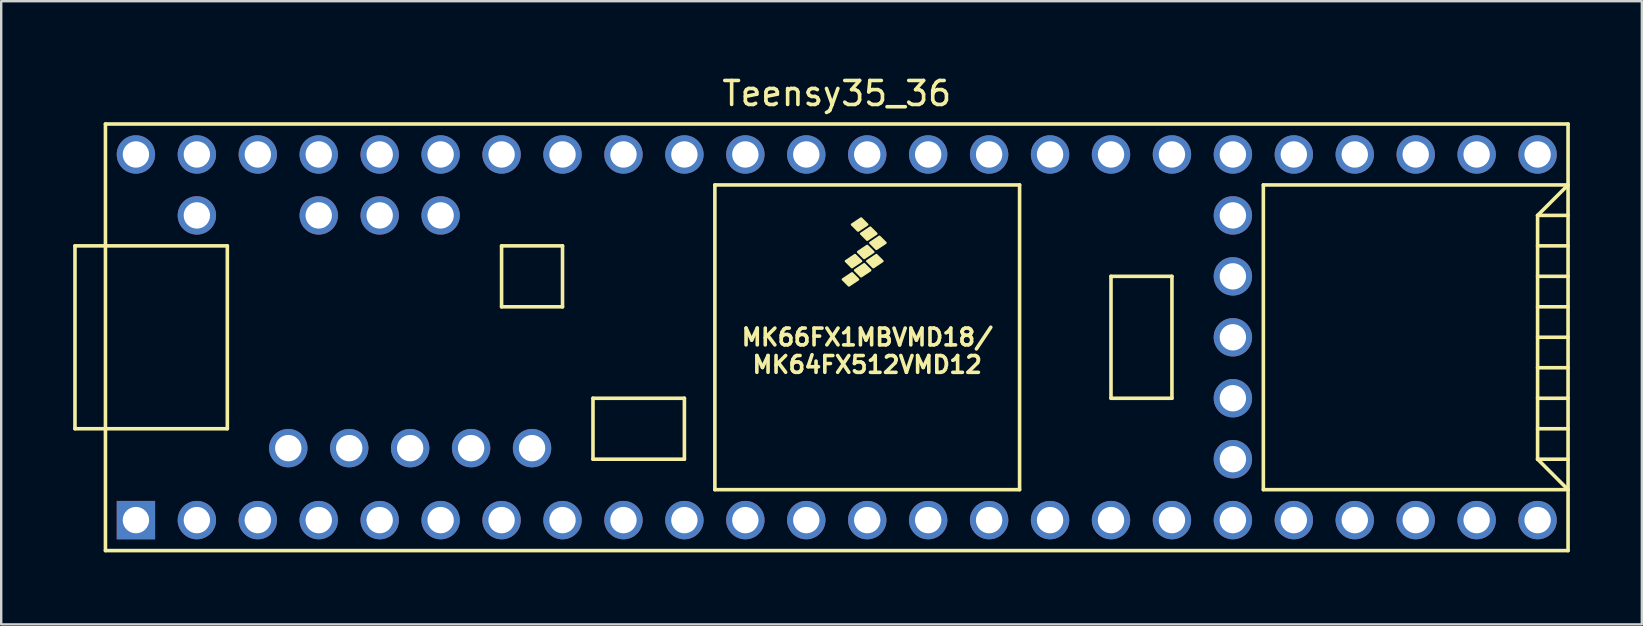
<source format=kicad_pcb>
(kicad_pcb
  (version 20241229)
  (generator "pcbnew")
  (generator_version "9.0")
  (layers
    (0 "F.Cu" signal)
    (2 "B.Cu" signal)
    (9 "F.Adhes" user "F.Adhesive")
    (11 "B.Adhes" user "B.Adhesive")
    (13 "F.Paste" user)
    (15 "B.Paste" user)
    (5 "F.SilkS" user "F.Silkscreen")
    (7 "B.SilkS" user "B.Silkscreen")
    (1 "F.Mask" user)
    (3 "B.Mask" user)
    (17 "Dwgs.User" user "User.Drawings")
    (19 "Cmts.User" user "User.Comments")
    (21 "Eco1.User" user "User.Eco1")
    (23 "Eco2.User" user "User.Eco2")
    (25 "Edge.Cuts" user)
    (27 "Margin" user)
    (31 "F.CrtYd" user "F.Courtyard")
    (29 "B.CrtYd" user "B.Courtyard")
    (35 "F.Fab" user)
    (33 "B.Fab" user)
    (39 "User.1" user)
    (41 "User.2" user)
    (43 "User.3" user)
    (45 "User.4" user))
  (footprint "Teensy35_36"
    (layer "F.Cu")
    (at 31.825 11.008)
    (property "Reference" "Teensy35_36" (at 0 -10.16 0) (layer "F.SilkS") (effects (font (size 1 1) (thickness 0.15))))
    (attr through_hole)
    (fp_line (start -31.75 -3.81) (end -30.48 -3.81) (stroke (width 0.15) (type solid)) (layer "F.SilkS"))
    (fp_line (start -31.75 3.81) (end -31.75 -3.81) (stroke (width 0.15) (type solid)) (layer "F.SilkS"))
    (fp_line (start -30.48 3.81) (end -31.75 3.81) (stroke (width 0.15) (type solid)) (layer "F.SilkS"))
    (fp_line (start -30.48 8.89) (end -30.48 -8.89) (stroke (width 0.15) (type solid)) (layer "F.SilkS"))
    (fp_line (start -30.48 8.89) (end 30.48 8.89) (stroke (width 0.15) (type solid)) (layer "F.SilkS"))
    (fp_line (start -25.4 -3.81) (end -30.48 -3.81) (stroke (width 0.15) (type solid)) (layer "F.SilkS"))
    (fp_line (start -25.4 3.81) (end -30.48 3.81) (stroke (width 0.15) (type solid)) (layer "F.SilkS"))
    (fp_line (start -25.4 3.81) (end -25.4 -3.81) (stroke (width 0.15) (type solid)) (layer "F.SilkS"))
    (fp_line (start -13.97 -3.81) (end -13.97 -1.27) (stroke (width 0.15) (type solid)) (layer "F.SilkS"))
    (fp_line (start -13.97 -1.27) (end -11.43 -1.27) (stroke (width 0.15) (type solid)) (layer "F.SilkS"))
    (fp_line (start -11.43 -3.81) (end -13.97 -3.81) (stroke (width 0.15) (type solid)) (layer "F.SilkS"))
    (fp_line (start -11.43 -1.27) (end -11.43 -3.81) (stroke (width 0.15) (type solid)) (layer "F.SilkS"))
    (fp_line (start -10.16 2.54) (end -6.35 2.54) (stroke (width 0.15) (type solid)) (layer "F.SilkS"))
    (fp_line (start -10.16 5.08) (end -10.16 2.54) (stroke (width 0.15) (type solid)) (layer "F.SilkS"))
    (fp_line (start -6.35 2.54) (end -6.35 5.08) (stroke (width 0.15) (type solid)) (layer "F.SilkS"))
    (fp_line (start -6.35 5.08) (end -10.16 5.08) (stroke (width 0.15) (type solid)) (layer "F.SilkS"))
    (fp_line (start -5.08 -6.35) (end -5.08 6.35) (stroke (width 0.15) (type solid)) (layer "F.SilkS"))
    (fp_line (start -5.08 -6.35) (end 7.62 -6.35) (stroke (width 0.15) (type solid)) (layer "F.SilkS"))
    (fp_line (start -5.08 6.35) (end 7.62 6.35) (stroke (width 0.15) (type solid)) (layer "F.SilkS"))
    (fp_line (start 7.62 6.35) (end 7.62 -6.35) (stroke (width 0.15) (type solid)) (layer "F.SilkS"))
    (fp_line (start 11.43 -2.54) (end 13.97 -2.54) (stroke (width 0.15) (type solid)) (layer "F.SilkS"))
    (fp_line (start 11.43 2.54) (end 11.43 -2.54) (stroke (width 0.15) (type solid)) (layer "F.SilkS"))
    (fp_line (start 13.97 -2.54) (end 13.97 2.54) (stroke (width 0.15) (type solid)) (layer "F.SilkS"))
    (fp_line (start 13.97 2.54) (end 11.43 2.54) (stroke (width 0.15) (type solid)) (layer "F.SilkS"))
    (fp_line (start 17.78 -6.35) (end 17.78 6.35) (stroke (width 0.15) (type solid)) (layer "F.SilkS"))
    (fp_line (start 17.78 6.35) (end 30.48 6.35) (stroke (width 0.15) (type solid)) (layer "F.SilkS"))
    (fp_line (start 29.21 -5.08) (end 30.48 -6.35) (stroke (width 0.15) (type solid)) (layer "F.SilkS"))
    (fp_line (start 29.21 -5.08) (end 30.48 -5.08) (stroke (width 0.15) (type solid)) (layer "F.SilkS"))
    (fp_line (start 29.21 -3.81) (end 30.48 -3.81) (stroke (width 0.15) (type solid)) (layer "F.SilkS"))
    (fp_line (start 29.21 -2.54) (end 30.48 -2.54) (stroke (width 0.15) (type solid)) (layer "F.SilkS"))
    (fp_line (start 29.21 -1.27) (end 30.48 -1.27) (stroke (width 0.15) (type solid)) (layer "F.SilkS"))
    (fp_line (start 29.21 0) (end 30.48 0) (stroke (width 0.15) (type solid)) (layer "F.SilkS"))
    (fp_line (start 29.21 1.27) (end 30.48 1.27) (stroke (width 0.15) (type solid)) (layer "F.SilkS"))
    (fp_line (start 29.21 2.54) (end 30.48 2.54) (stroke (width 0.15) (type solid)) (layer "F.SilkS"))
    (fp_line (start 29.21 3.81) (end 30.48 3.81) (stroke (width 0.15) (type solid)) (layer "F.SilkS"))
    (fp_line (start 29.21 5.08) (end 29.21 -5.08) (stroke (width 0.15) (type solid)) (layer "F.SilkS"))
    (fp_line (start 29.21 5.08) (end 30.48 5.08) (stroke (width 0.15) (type solid)) (layer "F.SilkS"))
    (fp_line (start 30.48 -8.89) (end -30.48 -8.89) (stroke (width 0.15) (type solid)) (layer "F.SilkS"))
    (fp_line (start 30.48 -8.89) (end 30.48 8.89) (stroke (width 0.15) (type solid)) (layer "F.SilkS"))
    (fp_line (start 30.48 -6.35) (end 17.78 -6.35) (stroke (width 0.15) (type solid)) (layer "F.SilkS"))
    (fp_line (start 30.48 6.35) (end 29.21 5.08) (stroke (width 0.15) (type solid)) (layer "F.SilkS"))
    (fp_poly (pts (xy 0.635 -2.667) (xy 0.889 -2.413) (xy 0.508 -2.159) (xy 0.254 -2.413)) (stroke (width 0.1) (type solid)) (fill yes) (layer "F.SilkS"))
    (fp_poly (pts (xy 0.762 -3.429) (xy 1.016 -3.175) (xy 0.635 -2.921) (xy 0.381 -3.175)) (stroke (width 0.1) (type solid)) (fill yes) (layer "F.SilkS"))
    (fp_poly (pts (xy 1.016 -4.953) (xy 1.27 -4.699) (xy 0.889 -4.445) (xy 0.635 -4.699)) (stroke (width 0.1) (type solid)) (fill yes) (layer "F.SilkS"))
    (fp_poly (pts (xy 1.143 -3.048) (xy 1.397 -2.794) (xy 1.016 -2.54) (xy 0.762 -2.794)) (stroke (width 0.1) (type solid)) (fill yes) (layer "F.SilkS"))
    (fp_poly (pts (xy 1.27 -3.81) (xy 1.524 -3.556) (xy 1.143 -3.302) (xy 0.889 -3.556)) (stroke (width 0.1) (type solid)) (fill yes) (layer "F.SilkS"))
    (fp_poly (pts (xy 1.397 -4.572) (xy 1.651 -4.318) (xy 1.27 -4.064) (xy 1.016 -4.318)) (stroke (width 0.1) (type solid)) (fill yes) (layer "F.SilkS"))
    (fp_poly (pts (xy 1.651 -3.429) (xy 1.905 -3.175) (xy 1.524 -2.921) (xy 1.27 -3.175)) (stroke (width 0.1) (type solid)) (fill yes) (layer "F.SilkS"))
    (fp_poly (pts (xy 1.778 -4.191) (xy 2.032 -3.937) (xy 1.651 -3.683) (xy 1.397 -3.937)) (stroke (width 0.1) (type solid)) (fill yes) (layer "F.SilkS"))
    (fp_text user "MK66FX1MBVMD18/" (at 1.27 0 0) (layer "F.SilkS") (effects (font (size 0.7 0.7) (thickness 0.15))))
    (fp_text user "MK64FX512VMD12" (at 1.27 1.143 0) (layer "F.SilkS") (effects (font (size 0.7 0.7) (thickness 0.15))))
    (pad "0" thru_hole circle (at -26.67 7.62) (size 1.6 1.6) (drill 1.1) (layers "*.Cu" "*.Mask"))
    (pad "1" thru_hole circle (at -24.13 7.62) (size 1.6 1.6) (drill 1.1) (layers "*.Cu" "*.Mask"))
    (pad "2" thru_hole circle (at -21.59 7.62) (size 1.6 1.6) (drill 1.1) (layers "*.Cu" "*.Mask"))
    (pad "3" thru_hole circle (at -19.05 7.62) (size 1.6 1.6) (drill 1.1) (layers "*.Cu" "*.Mask"))
    (pad "4" thru_hole circle (at -16.51 7.62) (size 1.6 1.6) (drill 1.1) (layers "*.Cu" "*.Mask"))
    (pad "5" thru_hole circle (at -13.97 7.62) (size 1.6 1.6) (drill 1.1) (layers "*.Cu" "*.Mask"))
    (pad "6" thru_hole circle (at -11.43 7.62) (size 1.6 1.6) (drill 1.1) (layers "*.Cu" "*.Mask"))
    (pad "7" thru_hole circle (at -8.89 7.62) (size 1.6 1.6) (drill 1.1) (layers "*.Cu" "*.Mask"))
    (pad "8" thru_hole circle (at -6.35 7.62) (size 1.6 1.6) (drill 1.1) (layers "*.Cu" "*.Mask"))
    (pad "9" thru_hole circle (at -3.81 7.62) (size 1.6 1.6) (drill 1.1) (layers "*.Cu" "*.Mask"))
    (pad "10" thru_hole circle (at -1.27 7.62) (size 1.6 1.6) (drill 1.1) (layers "*.Cu" "*.Mask"))
    (pad "11" thru_hole circle (at 1.27 7.62) (size 1.6 1.6) (drill 1.1) (layers "*.Cu" "*.Mask"))
    (pad "12" thru_hole circle (at 3.81 7.62) (size 1.6 1.6) (drill 1.1) (layers "*.Cu" "*.Mask"))
    (pad "13" thru_hole circle (at 3.81 -7.62) (size 1.6 1.6) (drill 1.1) (layers "*.Cu" "*.Mask"))
    (pad "14" thru_hole circle (at 1.27 -7.62) (size 1.6 1.6) (drill 1.1) (layers "*.Cu" "*.Mask"))
    (pad "15" thru_hole circle (at -1.27 -7.62) (size 1.6 1.6) (drill 1.1) (layers "*.Cu" "*.Mask"))
    (pad "16" thru_hole circle (at -3.81 -7.62) (size 1.6 1.6) (drill 1.1) (layers "*.Cu" "*.Mask"))
    (pad "17" thru_hole circle (at -6.35 -7.62) (size 1.6 1.6) (drill 1.1) (layers "*.Cu" "*.Mask"))
    (pad "18" thru_hole circle (at -8.89 -7.62) (size 1.6 1.6) (drill 1.1) (layers "*.Cu" "*.Mask"))
    (pad "19" thru_hole circle (at -11.43 -7.62) (size 1.6 1.6) (drill 1.1) (layers "*.Cu" "*.Mask"))
    (pad "20" thru_hole circle (at -13.97 -7.62) (size 1.6 1.6) (drill 1.1) (layers "*.Cu" "*.Mask"))
    (pad "21" thru_hole circle (at -16.51 -7.62) (size 1.6 1.6) (drill 1.1) (layers "*.Cu" "*.Mask"))
    (pad "22" thru_hole circle (at -19.05 -7.62) (size 1.6 1.6) (drill 1.1) (layers "*.Cu" "*.Mask"))
    (pad "23" thru_hole circle (at -21.59 -7.62) (size 1.6 1.6) (drill 1.1) (layers "*.Cu" "*.Mask"))
    (pad "24" thru_hole circle (at 8.89 7.62) (size 1.6 1.6) (drill 1.1) (layers "*.Cu" "*.Mask"))
    (pad "25" thru_hole circle (at 11.43 7.62) (size 1.6 1.6) (drill 1.1) (layers "*.Cu" "*.Mask"))
    (pad "26" thru_hole circle (at 13.97 7.62) (size 1.6 1.6) (drill 1.1) (layers "*.Cu" "*.Mask"))
    (pad "27" thru_hole circle (at 16.51 7.62) (size 1.6 1.6) (drill 1.1) (layers "*.Cu" "*.Mask"))
    (pad "28" thru_hole circle (at 19.05 7.62) (size 1.6 1.6) (drill 1.1) (layers "*.Cu" "*.Mask"))
    (pad "29" thru_hole circle (at 21.59 7.62) (size 1.6 1.6) (drill 1.1) (layers "*.Cu" "*.Mask"))
    (pad "30" thru_hole circle (at 24.13 7.62) (size 1.6 1.6) (drill 1.1) (layers "*.Cu" "*.Mask"))
    (pad "31" thru_hole circle (at 26.67 7.62) (size 1.6 1.6) (drill 1.1) (layers "*.Cu" "*.Mask"))
    (pad "32" thru_hole circle (at 29.21 7.62) (size 1.6 1.6) (drill 1.1) (layers "*.Cu" "*.Mask"))
    (pad "33" thru_hole circle (at 29.21 -7.62) (size 1.6 1.6) (drill 1.1) (layers "*.Cu" "*.Mask"))
    (pad "34" thru_hole circle (at 26.67 -7.62) (size 1.6 1.6) (drill 1.1) (layers "*.Cu" "*.Mask"))
    (pad "35" thru_hole circle (at 24.13 -7.62) (size 1.6 1.6) (drill 1.1) (layers "*.Cu" "*.Mask"))
    (pad "36" thru_hole circle (at 21.59 -7.62) (size 1.6 1.6) (drill 1.1) (layers "*.Cu" "*.Mask"))
    (pad "37" thru_hole circle (at 19.05 -7.62) (size 1.6 1.6) (drill 1.1) (layers "*.Cu" "*.Mask"))
    (pad "38" thru_hole circle (at 16.51 -7.62) (size 1.6 1.6) (drill 1.1) (layers "*.Cu" "*.Mask"))
    (pad "39" thru_hole circle (at 13.97 -7.62) (size 1.6 1.6) (drill 1.1) (layers "*.Cu" "*.Mask"))
    (pad "40" thru_hole rect (at -29.21 7.62) (size 1.6 1.6) (drill 1.1) (layers "*.Cu" "*.Mask"))
    (pad "41" thru_hole circle (at 6.35 7.62) (size 1.6 1.6) (drill 1.1) (layers "*.Cu" "*.Mask"))
    (pad "42" thru_hole circle (at -29.21 -7.62) (size 1.6 1.6) (drill 1.1) (layers "*.Cu" "*.Mask"))
    (pad "43" thru_hole circle (at -26.67 -7.62) (size 1.6 1.6) (drill 1.1) (layers "*.Cu" "*.Mask"))
    (pad "44" thru_hole circle (at -24.13 -7.62) (size 1.6 1.6) (drill 1.1) (layers "*.Cu" "*.Mask"))
    (pad "45" thru_hole circle (at 6.35 -7.62) (size 1.6 1.6) (drill 1.1) (layers "*.Cu" "*.Mask"))
    (pad "46" thru_hole circle (at 8.89 -7.62) (size 1.6 1.6) (drill 1.1) (layers "*.Cu" "*.Mask"))
    (pad "47" thru_hole circle (at 11.43 -7.62) (size 1.6 1.6) (drill 1.1) (layers "*.Cu" "*.Mask"))
    (pad "54" thru_hole circle (at -26.67 -5.08) (size 1.6 1.6) (drill 1.1) (layers "*.Cu" "*.Mask"))
    (pad "55" thru_hole circle (at -21.59 -5.08) (size 1.6 1.6) (drill 1.1) (layers "*.Cu" "*.Mask"))
    (pad "56" thru_hole circle (at -19.05 -5.08) (size 1.6 1.6) (drill 1.1) (layers "*.Cu" "*.Mask"))
    (pad "57" thru_hole circle (at -16.51 -5.08) (size 1.6 1.6) (drill 1.1) (layers "*.Cu" "*.Mask"))
    (pad "58" thru_hole circle (at -22.86 4.62) (size 1.6 1.6) (drill 1.1) (layers "*.Cu" "*.Mask"))
    (pad "59" thru_hole circle (at -20.32 4.62) (size 1.6 1.6) (drill 1.1) (layers "*.Cu" "*.Mask"))
    (pad "60" thru_hole circle (at -17.78 4.62) (size 1.6 1.6) (drill 1.1) (layers "*.Cu" "*.Mask"))
    (pad "61" thru_hole circle (at -15.24 4.62) (size 1.6 1.6) (drill 1.1) (layers "*.Cu" "*.Mask"))
    (pad "62" thru_hole circle (at -12.7 4.62) (size 1.6 1.6) (drill 1.1) (layers "*.Cu" "*.Mask"))
    (pad "63" thru_hole circle (at 16.51 -5.08) (size 1.6 1.6) (drill 1.1) (layers "*.Cu" "*.Mask"))
    (pad "64" thru_hole circle (at 16.51 -2.54) (size 1.6 1.6) (drill 1.1) (layers "*.Cu" "*.Mask"))
    (pad "65" thru_hole circle (at 16.51 0) (size 1.6 1.6) (drill 1.1) (layers "*.Cu" "*.Mask"))
    (pad "66" thru_hole circle (at 16.51 2.54) (size 1.6 1.6) (drill 1.1) (layers "*.Cu" "*.Mask"))
    (pad "67" thru_hole circle (at 16.51 5.08) (size 1.6 1.6) (drill 1.1) (layers "*.Cu" "*.Mask")))
  (gr_rect
    (start -3 -3)
    (end 65.38 22.973)
    (stroke (width 0.1) (type default))
    (fill no)
    (layer "Edge.Cuts")))
</source>
